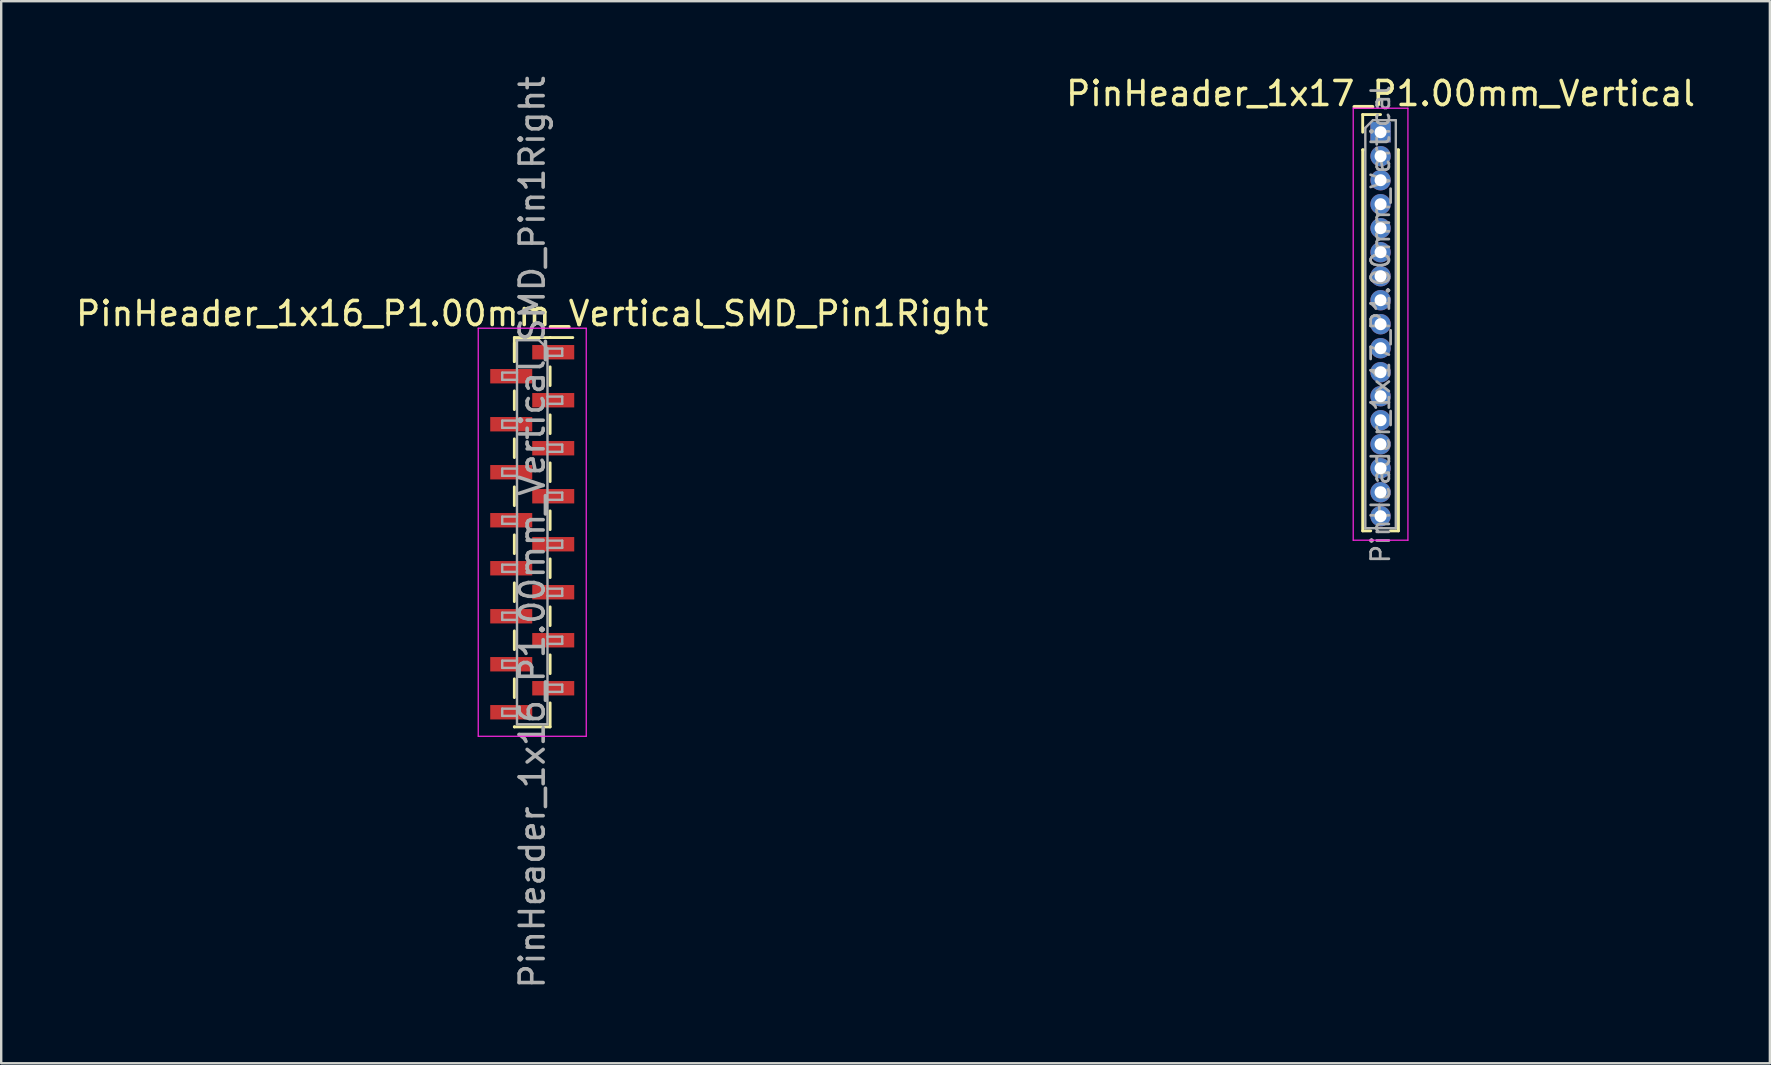
<source format=kicad_pcb>
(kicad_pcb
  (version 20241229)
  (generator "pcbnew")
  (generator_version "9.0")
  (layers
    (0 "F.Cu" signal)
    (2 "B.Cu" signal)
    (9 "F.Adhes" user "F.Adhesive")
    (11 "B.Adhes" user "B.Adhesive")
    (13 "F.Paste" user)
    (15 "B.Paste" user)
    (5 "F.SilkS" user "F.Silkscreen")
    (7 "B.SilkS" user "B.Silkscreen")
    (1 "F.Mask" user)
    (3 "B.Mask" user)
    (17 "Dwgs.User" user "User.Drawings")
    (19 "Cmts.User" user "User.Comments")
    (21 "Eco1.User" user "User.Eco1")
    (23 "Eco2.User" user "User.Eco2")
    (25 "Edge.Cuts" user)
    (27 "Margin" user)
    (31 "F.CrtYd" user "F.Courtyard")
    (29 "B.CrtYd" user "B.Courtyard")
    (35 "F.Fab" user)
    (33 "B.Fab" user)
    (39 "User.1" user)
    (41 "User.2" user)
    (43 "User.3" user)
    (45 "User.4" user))
  (footprint "PinHeader_1x16_P1.00mm_Vertical_SMD_Pin1Right"
    (layer "F.Cu")
    (at 19.125 19.125)
    (property "Reference" "PinHeader_1x16_P1.00mm_Vertical_SMD_Pin1Right" (at 0 -9.11 0) (layer "F.SilkS") (effects (font (size 1 1) (thickness 0.15))))
    (attr smd)
    (fp_line (start -0.745 -8.11) (end -0.745 -7.11) (stroke (width 0.12) (type solid)) (layer "F.SilkS"))
    (fp_line (start -0.745 -8.11) (end 0.745 -8.11) (stroke (width 0.12) (type solid)) (layer "F.SilkS"))
    (fp_line (start -0.745 -7.89) (end -0.745 -7.11) (stroke (width 0.12) (type solid)) (layer "F.SilkS"))
    (fp_line (start -0.745 -5.89) (end -0.745 -5.11) (stroke (width 0.12) (type solid)) (layer "F.SilkS"))
    (fp_line (start -0.745 -3.89) (end -0.745 -3.11) (stroke (width 0.12) (type solid)) (layer "F.SilkS"))
    (fp_line (start -0.745 -1.89) (end -0.745 -1.11) (stroke (width 0.12) (type solid)) (layer "F.SilkS"))
    (fp_line (start -0.745 0.11) (end -0.745 0.89) (stroke (width 0.12) (type solid)) (layer "F.SilkS"))
    (fp_line (start -0.745 2.11) (end -0.745 2.89) (stroke (width 0.12) (type solid)) (layer "F.SilkS"))
    (fp_line (start -0.745 4.11) (end -0.745 4.89) (stroke (width 0.12) (type solid)) (layer "F.SilkS"))
    (fp_line (start -0.745 6.11) (end -0.745 6.89) (stroke (width 0.12) (type solid)) (layer "F.SilkS"))
    (fp_line (start -0.745 8.11) (end -0.745 8.11) (stroke (width 0.12) (type solid)) (layer "F.SilkS"))
    (fp_line (start -0.745 8.11) (end 0.745 8.11) (stroke (width 0.12) (type solid)) (layer "F.SilkS"))
    (fp_line (start 0.745 -8.11) (end 0.745 -8.11) (stroke (width 0.12) (type solid)) (layer "F.SilkS"))
    (fp_line (start 0.745 -8.11) (end 1.69 -8.11) (stroke (width 0.12) (type solid)) (layer "F.SilkS"))
    (fp_line (start 0.745 -6.89) (end 0.745 -6.11) (stroke (width 0.12) (type solid)) (layer "F.SilkS"))
    (fp_line (start 0.745 -4.89) (end 0.745 -4.11) (stroke (width 0.12) (type solid)) (layer "F.SilkS"))
    (fp_line (start 0.745 -2.89) (end 0.745 -2.11) (stroke (width 0.12) (type solid)) (layer "F.SilkS"))
    (fp_line (start 0.745 -0.89) (end 0.745 -0.11) (stroke (width 0.12) (type solid)) (layer "F.SilkS"))
    (fp_line (start 0.745 1.11) (end 0.745 1.89) (stroke (width 0.12) (type solid)) (layer "F.SilkS"))
    (fp_line (start 0.745 3.11) (end 0.745 3.89) (stroke (width 0.12) (type solid)) (layer "F.SilkS"))
    (fp_line (start 0.745 5.11) (end 0.745 5.89) (stroke (width 0.12) (type solid)) (layer "F.SilkS"))
    (fp_line (start 0.745 7.11) (end 0.745 8.11) (stroke (width 0.12) (type solid)) (layer "F.SilkS"))
    (fp_line (start -2.25 -8.5) (end -2.25 8.5) (stroke (width 0.05) (type solid)) (layer "F.CrtYd"))
    (fp_line (start -2.25 8.5) (end 2.25 8.5) (stroke (width 0.05) (type solid)) (layer "F.CrtYd"))
    (fp_line (start 2.25 -8.5) (end -2.25 -8.5) (stroke (width 0.05) (type solid)) (layer "F.CrtYd"))
    (fp_line (start 2.25 8.5) (end 2.25 -8.5) (stroke (width 0.05) (type solid)) (layer "F.CrtYd"))
    (fp_line (start -1.25 -6.65) (end -1.25 -6.35) (stroke (width 0.1) (type solid)) (layer "F.Fab"))
    (fp_line (start -1.25 -6.35) (end -0.635 -6.35) (stroke (width 0.1) (type solid)) (layer "F.Fab"))
    (fp_line (start -1.25 -4.65) (end -1.25 -4.35) (stroke (width 0.1) (type solid)) (layer "F.Fab"))
    (fp_line (start -1.25 -4.35) (end -0.635 -4.35) (stroke (width 0.1) (type solid)) (layer "F.Fab"))
    (fp_line (start -1.25 -2.65) (end -1.25 -2.35) (stroke (width 0.1) (type solid)) (layer "F.Fab"))
    (fp_line (start -1.25 -2.35) (end -0.635 -2.35) (stroke (width 0.1) (type solid)) (layer "F.Fab"))
    (fp_line (start -1.25 -0.65) (end -1.25 -0.35) (stroke (width 0.1) (type solid)) (layer "F.Fab"))
    (fp_line (start -1.25 -0.35) (end -0.635 -0.35) (stroke (width 0.1) (type solid)) (layer "F.Fab"))
    (fp_line (start -1.25 1.35) (end -1.25 1.65) (stroke (width 0.1) (type solid)) (layer "F.Fab"))
    (fp_line (start -1.25 1.65) (end -0.635 1.65) (stroke (width 0.1) (type solid)) (layer "F.Fab"))
    (fp_line (start -1.25 3.35) (end -1.25 3.65) (stroke (width 0.1) (type solid)) (layer "F.Fab"))
    (fp_line (start -1.25 3.65) (end -0.635 3.65) (stroke (width 0.1) (type solid)) (layer "F.Fab"))
    (fp_line (start -1.25 5.35) (end -1.25 5.65) (stroke (width 0.1) (type solid)) (layer "F.Fab"))
    (fp_line (start -1.25 5.65) (end -0.635 5.65) (stroke (width 0.1) (type solid)) (layer "F.Fab"))
    (fp_line (start -1.25 7.35) (end -1.25 7.65) (stroke (width 0.1) (type solid)) (layer "F.Fab"))
    (fp_line (start -1.25 7.65) (end -0.635 7.65) (stroke (width 0.1) (type solid)) (layer "F.Fab"))
    (fp_line (start -0.635 -8) (end -0.635 8) (stroke (width 0.1) (type solid)) (layer "F.Fab"))
    (fp_line (start -0.635 -8) (end 0.285 -8) (stroke (width 0.1) (type solid)) (layer "F.Fab"))
    (fp_line (start -0.635 -6.65) (end -1.25 -6.65) (stroke (width 0.1) (type solid)) (layer "F.Fab"))
    (fp_line (start -0.635 -4.65) (end -1.25 -4.65) (stroke (width 0.1) (type solid)) (layer "F.Fab"))
    (fp_line (start -0.635 -2.65) (end -1.25 -2.65) (stroke (width 0.1) (type solid)) (layer "F.Fab"))
    (fp_line (start -0.635 -0.65) (end -1.25 -0.65) (stroke (width 0.1) (type solid)) (layer "F.Fab"))
    (fp_line (start -0.635 1.35) (end -1.25 1.35) (stroke (width 0.1) (type solid)) (layer "F.Fab"))
    (fp_line (start -0.635 3.35) (end -1.25 3.35) (stroke (width 0.1) (type solid)) (layer "F.Fab"))
    (fp_line (start -0.635 5.35) (end -1.25 5.35) (stroke (width 0.1) (type solid)) (layer "F.Fab"))
    (fp_line (start -0.635 7.35) (end -1.25 7.35) (stroke (width 0.1) (type solid)) (layer "F.Fab"))
    (fp_line (start 0.635 -7.65) (end 0.285 -8) (stroke (width 0.1) (type solid)) (layer "F.Fab"))
    (fp_line (start 0.635 -7.65) (end 1.25 -7.65) (stroke (width 0.1) (type solid)) (layer "F.Fab"))
    (fp_line (start 0.635 -5.65) (end 1.25 -5.65) (stroke (width 0.1) (type solid)) (layer "F.Fab"))
    (fp_line (start 0.635 -3.65) (end 1.25 -3.65) (stroke (width 0.1) (type solid)) (layer "F.Fab"))
    (fp_line (start 0.635 -1.65) (end 1.25 -1.65) (stroke (width 0.1) (type solid)) (layer "F.Fab"))
    (fp_line (start 0.635 0.35) (end 1.25 0.35) (stroke (width 0.1) (type solid)) (layer "F.Fab"))
    (fp_line (start 0.635 2.35) (end 1.25 2.35) (stroke (width 0.1) (type solid)) (layer "F.Fab"))
    (fp_line (start 0.635 4.35) (end 1.25 4.35) (stroke (width 0.1) (type solid)) (layer "F.Fab"))
    (fp_line (start 0.635 6.35) (end 1.25 6.35) (stroke (width 0.1) (type solid)) (layer "F.Fab"))
    (fp_line (start 0.635 8) (end -0.635 8) (stroke (width 0.1) (type solid)) (layer "F.Fab"))
    (fp_line (start 0.635 8) (end 0.635 -7.65) (stroke (width 0.1) (type solid)) (layer "F.Fab"))
    (fp_line (start 1.25 -7.65) (end 1.25 -7.35) (stroke (width 0.1) (type solid)) (layer "F.Fab"))
    (fp_line (start 1.25 -7.35) (end 0.635 -7.35) (stroke (width 0.1) (type solid)) (layer "F.Fab"))
    (fp_line (start 1.25 -5.65) (end 1.25 -5.35) (stroke (width 0.1) (type solid)) (layer "F.Fab"))
    (fp_line (start 1.25 -5.35) (end 0.635 -5.35) (stroke (width 0.1) (type solid)) (layer "F.Fab"))
    (fp_line (start 1.25 -3.65) (end 1.25 -3.35) (stroke (width 0.1) (type solid)) (layer "F.Fab"))
    (fp_line (start 1.25 -3.35) (end 0.635 -3.35) (stroke (width 0.1) (type solid)) (layer "F.Fab"))
    (fp_line (start 1.25 -1.65) (end 1.25 -1.35) (stroke (width 0.1) (type solid)) (layer "F.Fab"))
    (fp_line (start 1.25 -1.35) (end 0.635 -1.35) (stroke (width 0.1) (type solid)) (layer "F.Fab"))
    (fp_line (start 1.25 0.35) (end 1.25 0.65) (stroke (width 0.1) (type solid)) (layer "F.Fab"))
    (fp_line (start 1.25 0.65) (end 0.635 0.65) (stroke (width 0.1) (type solid)) (layer "F.Fab"))
    (fp_line (start 1.25 2.35) (end 1.25 2.65) (stroke (width 0.1) (type solid)) (layer "F.Fab"))
    (fp_line (start 1.25 2.65) (end 0.635 2.65) (stroke (width 0.1) (type solid)) (layer "F.Fab"))
    (fp_line (start 1.25 4.35) (end 1.25 4.65) (stroke (width 0.1) (type solid)) (layer "F.Fab"))
    (fp_line (start 1.25 4.65) (end 0.635 4.65) (stroke (width 0.1) (type solid)) (layer "F.Fab"))
    (fp_line (start 1.25 6.35) (end 1.25 6.65) (stroke (width 0.1) (type solid)) (layer "F.Fab"))
    (fp_line (start 1.25 6.65) (end 0.635 6.65) (stroke (width 0.1) (type solid)) (layer "F.Fab"))
    (fp_text user "${REFERENCE}" (at 0 0 90) (layer "F.Fab") (effects (font (size 1 1) (thickness 0.15))))
    (pad "1" smd rect (at 0.875 -7.5) (size 1.75 0.6) (layers "F.Cu" "F.Mask" "F.Paste"))
    (pad "2" smd rect (at -0.875 -6.5) (size 1.75 0.6) (layers "F.Cu" "F.Mask" "F.Paste"))
    (pad "3" smd rect (at 0.875 -5.5) (size 1.75 0.6) (layers "F.Cu" "F.Mask" "F.Paste"))
    (pad "4" smd rect (at -0.875 -4.5) (size 1.75 0.6) (layers "F.Cu" "F.Mask" "F.Paste"))
    (pad "5" smd rect (at 0.875 -3.5) (size 1.75 0.6) (layers "F.Cu" "F.Mask" "F.Paste"))
    (pad "6" smd rect (at -0.875 -2.5) (size 1.75 0.6) (layers "F.Cu" "F.Mask" "F.Paste"))
    (pad "7" smd rect (at 0.875 -1.5) (size 1.75 0.6) (layers "F.Cu" "F.Mask" "F.Paste"))
    (pad "8" smd rect (at -0.875 -0.5) (size 1.75 0.6) (layers "F.Cu" "F.Mask" "F.Paste"))
    (pad "9" smd rect (at 0.875 0.5) (size 1.75 0.6) (layers "F.Cu" "F.Mask" "F.Paste"))
    (pad "10" smd rect (at -0.875 1.5) (size 1.75 0.6) (layers "F.Cu" "F.Mask" "F.Paste"))
    (pad "11" smd rect (at 0.875 2.5) (size 1.75 0.6) (layers "F.Cu" "F.Mask" "F.Paste"))
    (pad "12" smd rect (at -0.875 3.5) (size 1.75 0.6) (layers "F.Cu" "F.Mask" "F.Paste"))
    (pad "13" smd rect (at 0.875 4.5) (size 1.75 0.6) (layers "F.Cu" "F.Mask" "F.Paste"))
    (pad "14" smd rect (at -0.875 5.5) (size 1.75 0.6) (layers "F.Cu" "F.Mask" "F.Paste"))
    (pad "15" smd rect (at 0.875 6.5) (size 1.75 0.6) (layers "F.Cu" "F.Mask" "F.Paste"))
    (pad "16" smd rect (at -0.875 7.5) (size 1.75 0.6) (layers "F.Cu" "F.Mask" "F.Paste")))
  (footprint "PinHeader_1x17_P1.00mm_Vertical"
    (layer "F.Cu")
    (at 54.47 2.458)
    (property "Reference" "PinHeader_1x17_P1.00mm_Vertical" (at 0 -1.61 0) (layer "F.SilkS") (effects (font (size 1 1) (thickness 0.15))))
    (attr through_hole)
    (fp_line (start -0.745 -0.735) (end 0 -0.735) (stroke (width 0.12) (type solid)) (layer "F.SilkS"))
    (fp_line (start -0.745 0) (end -0.745 -0.735) (stroke (width 0.12) (type solid)) (layer "F.SilkS"))
    (fp_line (start -0.745 0.735) (end -0.745 16.61) (stroke (width 0.12) (type solid)) (layer "F.SilkS"))
    (fp_line (start -0.745 0.735) (end -0.686 0.735) (stroke (width 0.12) (type solid)) (layer "F.SilkS"))
    (fp_line (start -0.745 16.61) (end -0.41 16.61) (stroke (width 0.12) (type solid)) (layer "F.SilkS"))
    (fp_line (start 0.41 16.61) (end 0.745 16.61) (stroke (width 0.12) (type solid)) (layer "F.SilkS"))
    (fp_line (start 0.686 0.735) (end 0.745 0.735) (stroke (width 0.12) (type solid)) (layer "F.SilkS"))
    (fp_line (start 0.745 0.735) (end 0.745 16.61) (stroke (width 0.12) (type solid)) (layer "F.SilkS"))
    (fp_line (start -1.14 -1) (end -1.14 17) (stroke (width 0.05) (type solid)) (layer "F.CrtYd"))
    (fp_line (start -1.14 17) (end 1.14 17) (stroke (width 0.05) (type solid)) (layer "F.CrtYd"))
    (fp_line (start 1.14 -1) (end -1.14 -1) (stroke (width 0.05) (type solid)) (layer "F.CrtYd"))
    (fp_line (start 1.14 17) (end 1.14 -1) (stroke (width 0.05) (type solid)) (layer "F.CrtYd"))
    (fp_line (start -0.635 -0.182) (end -0.318 -0.5) (stroke (width 0.1) (type solid)) (layer "F.Fab"))
    (fp_line (start -0.635 16.5) (end -0.635 -0.182) (stroke (width 0.1) (type solid)) (layer "F.Fab"))
    (fp_line (start -0.318 -0.5) (end 0.635 -0.5) (stroke (width 0.1) (type solid)) (layer "F.Fab"))
    (fp_line (start 0.635 -0.5) (end 0.635 16.5) (stroke (width 0.1) (type solid)) (layer "F.Fab"))
    (fp_line (start 0.635 16.5) (end -0.635 16.5) (stroke (width 0.1) (type solid)) (layer "F.Fab"))
    (fp_text user "${REFERENCE}" (at 0 8 90) (layer "F.Fab") (effects (font (size 0.76 0.76) (thickness 0.114))))
    (pad "1" thru_hole rect (at 0 0) (size 0.85 0.85) (drill 0.5) (layers "*.Cu" "*.Mask"))
    (pad "2" thru_hole circle (at 0 1) (size 0.85 0.85) (drill 0.5) (layers "*.Cu" "*.Mask"))
    (pad "3" thru_hole circle (at 0 2) (size 0.85 0.85) (drill 0.5) (layers "*.Cu" "*.Mask"))
    (pad "4" thru_hole circle (at 0 3) (size 0.85 0.85) (drill 0.5) (layers "*.Cu" "*.Mask"))
    (pad "5" thru_hole circle (at 0 4) (size 0.85 0.85) (drill 0.5) (layers "*.Cu" "*.Mask"))
    (pad "6" thru_hole circle (at 0 5) (size 0.85 0.85) (drill 0.5) (layers "*.Cu" "*.Mask"))
    (pad "7" thru_hole circle (at 0 6) (size 0.85 0.85) (drill 0.5) (layers "*.Cu" "*.Mask"))
    (pad "8" thru_hole circle (at 0 7) (size 0.85 0.85) (drill 0.5) (layers "*.Cu" "*.Mask"))
    (pad "9" thru_hole circle (at 0 8) (size 0.85 0.85) (drill 0.5) (layers "*.Cu" "*.Mask"))
    (pad "10" thru_hole circle (at 0 9) (size 0.85 0.85) (drill 0.5) (layers "*.Cu" "*.Mask"))
    (pad "11" thru_hole circle (at 0 10) (size 0.85 0.85) (drill 0.5) (layers "*.Cu" "*.Mask"))
    (pad "12" thru_hole circle (at 0 11) (size 0.85 0.85) (drill 0.5) (layers "*.Cu" "*.Mask"))
    (pad "13" thru_hole circle (at 0 12) (size 0.85 0.85) (drill 0.5) (layers "*.Cu" "*.Mask"))
    (pad "14" thru_hole circle (at 0 13) (size 0.85 0.85) (drill 0.5) (layers "*.Cu" "*.Mask"))
    (pad "15" thru_hole circle (at 0 14) (size 0.85 0.85) (drill 0.5) (layers "*.Cu" "*.Mask"))
    (pad "16" thru_hole circle (at 0 15) (size 0.85 0.85) (drill 0.5) (layers "*.Cu" "*.Mask"))
    (pad "17" thru_hole circle (at 0 16) (size 0.85 0.85) (drill 0.5) (layers "*.Cu" "*.Mask")))
  (gr_rect
    (start -3 -3)
    (end 70.69 41.25)
    (stroke (width 0.1) (type default))
    (fill no)
    (layer "Edge.Cuts")))
</source>
